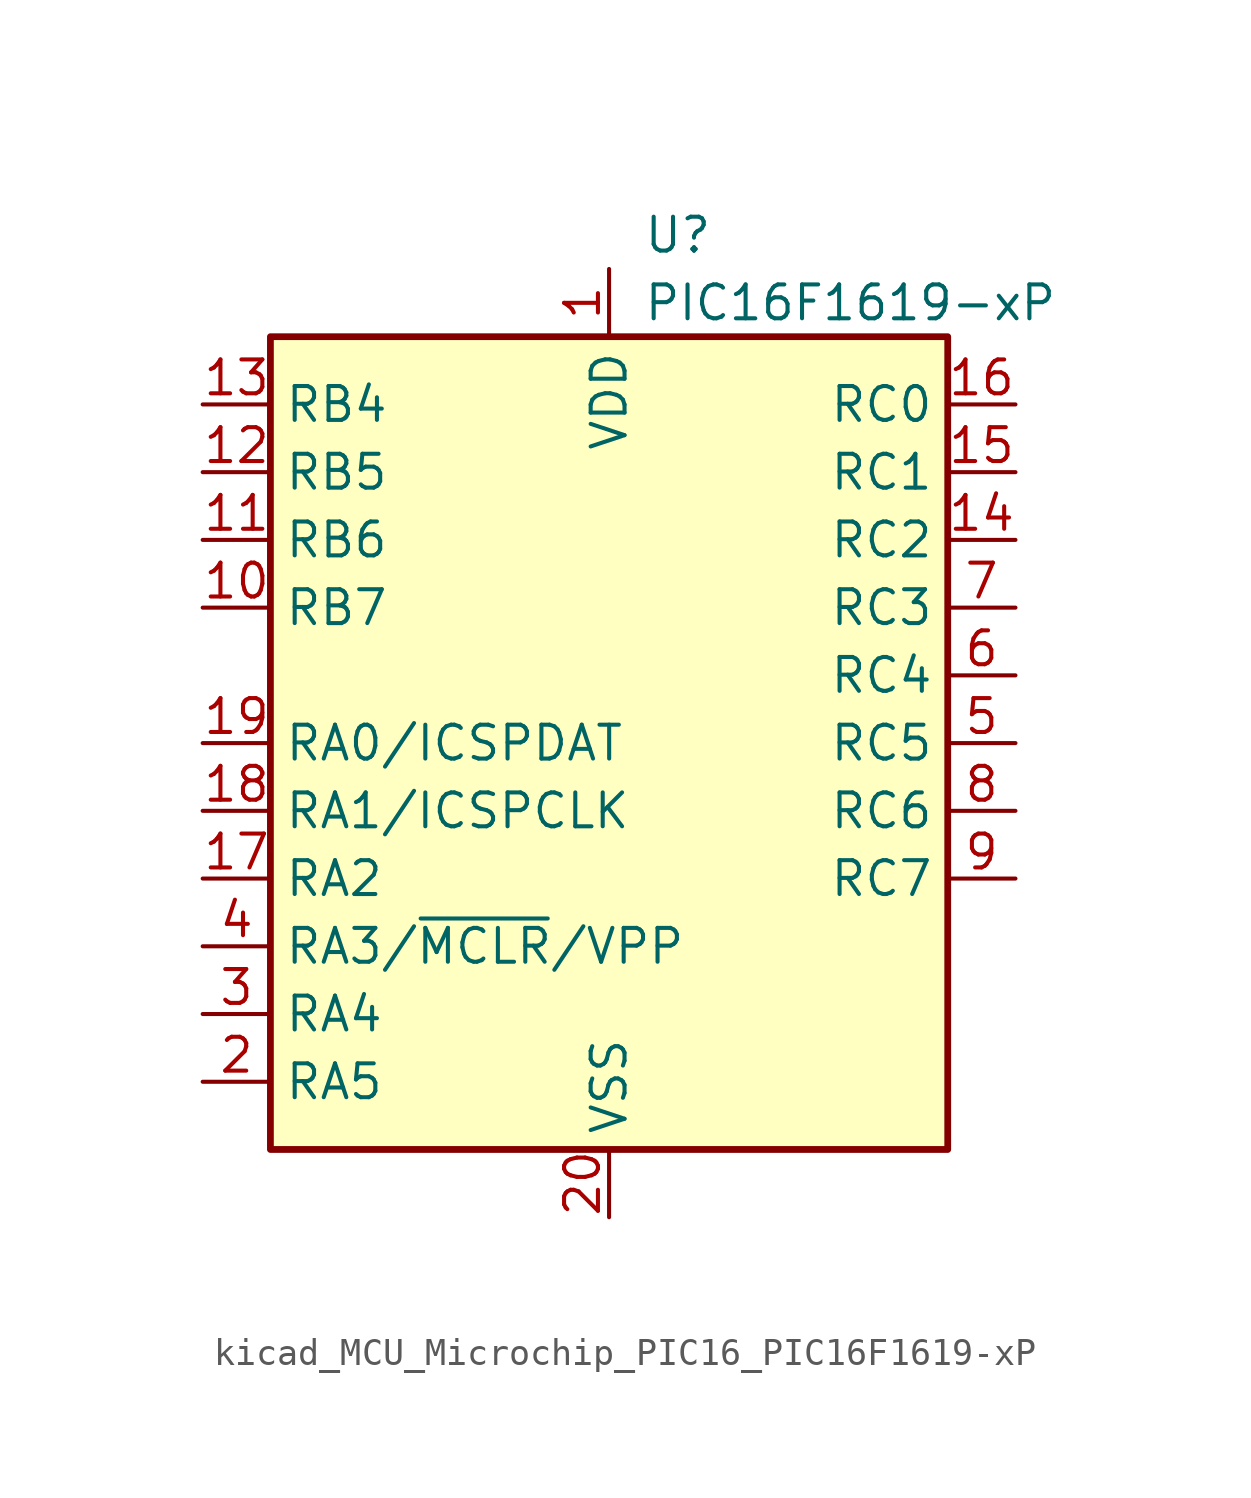
<source format=kicad_sym>
(kicad_symbol_lib
  (version 20220914)
  (generator kicad_symbol_editor)
  (symbol "kicad_MCU_Microchip_PIC16_PIC16F1619-xP"
    (property "Reference" "U"
      (at 1.27 19.05 0)
      (effects (font (size 1.27 1.27)) (justify left)))
    (property "Value" "PIC16F1619-xP"
      (at 1.27 16.51 0)
      (effects (font (size 1.27 1.27)) (justify left)))
    (symbol "kicad_MCU_Microchip_PIC16_PIC16F1619-xP_0_1"
      (rectangle (start -12.7 15.24) (end 12.7 -15.24) (stroke (width 0.254) (type default)) (fill (type background))))
    (symbol "kicad_MCU_Microchip_PIC16_PIC16F1619-xP_1_1"
      (pin power_in line (at 0 17.78 270) (length 2.54) (name "VDD" (effects (font (size 1.27 1.27)))) (number "1" (effects (font (size 1.27 1.27)))))
      (pin bidirectional line (at -15.24 5.08 0) (length 2.54) (name "RB7" (effects (font (size 1.27 1.27)))) (number "10" (effects (font (size 1.27 1.27)))))
      (pin bidirectional line (at -15.24 7.62 0) (length 2.54) (name "RB6" (effects (font (size 1.27 1.27)))) (number "11" (effects (font (size 1.27 1.27)))))
      (pin bidirectional line (at -15.24 10.16 0) (length 2.54) (name "RB5" (effects (font (size 1.27 1.27)))) (number "12" (effects (font (size 1.27 1.27)))))
      (pin bidirectional line (at -15.24 12.7 0) (length 2.54) (name "RB4" (effects (font (size 1.27 1.27)))) (number "13" (effects (font (size 1.27 1.27)))))
      (pin bidirectional line (at 15.24 7.62 180) (length 2.54) (name "RC2" (effects (font (size 1.27 1.27)))) (number "14" (effects (font (size 1.27 1.27)))))
      (pin bidirectional line (at 15.24 10.16 180) (length 2.54) (name "RC1" (effects (font (size 1.27 1.27)))) (number "15" (effects (font (size 1.27 1.27)))))
      (pin bidirectional line (at 15.24 12.7 180) (length 2.54) (name "RC0" (effects (font (size 1.27 1.27)))) (number "16" (effects (font (size 1.27 1.27)))))
      (pin bidirectional line (at -15.24 -5.08 0) (length 2.54) (name "RA2" (effects (font (size 1.27 1.27)))) (number "17" (effects (font (size 1.27 1.27)))))
      (pin bidirectional line (at -15.24 -2.54 0) (length 2.54) (name "RA1/ICSPCLK" (effects (font (size 1.27 1.27)))) (number "18" (effects (font (size 1.27 1.27)))))
      (pin bidirectional line (at -15.24 0 0) (length 2.54) (name "RA0/ICSPDAT" (effects (font (size 1.27 1.27)))) (number "19" (effects (font (size 1.27 1.27)))))
      (pin bidirectional line (at -15.24 -12.7 0) (length 2.54) (name "RA5" (effects (font (size 1.27 1.27)))) (number "2" (effects (font (size 1.27 1.27)))))
      (pin power_in line (at 0 -17.78 90) (length 2.54) (name "VSS" (effects (font (size 1.27 1.27)))) (number "20" (effects (font (size 1.27 1.27)))))
      (pin bidirectional line (at -15.24 -10.16 0) (length 2.54) (name "RA4" (effects (font (size 1.27 1.27)))) (number "3" (effects (font (size 1.27 1.27)))))
      (pin bidirectional line (at -15.24 -7.62 0) (length 2.54) (name "RA3/~{MCLR}/VPP" (effects (font (size 1.27 1.27)))) (number "4" (effects (font (size 1.27 1.27)))))
      (pin bidirectional line (at 15.24 0 180) (length 2.54) (name "RC5" (effects (font (size 1.27 1.27)))) (number "5" (effects (font (size 1.27 1.27)))))
      (pin bidirectional line (at 15.24 2.54 180) (length 2.54) (name "RC4" (effects (font (size 1.27 1.27)))) (number "6" (effects (font (size 1.27 1.27)))))
      (pin bidirectional line (at 15.24 5.08 180) (length 2.54) (name "RC3" (effects (font (size 1.27 1.27)))) (number "7" (effects (font (size 1.27 1.27)))))
      (pin bidirectional line (at 15.24 -2.54 180) (length 2.54) (name "RC6" (effects (font (size 1.27 1.27)))) (number "8" (effects (font (size 1.27 1.27)))))
      (pin bidirectional line (at 15.24 -5.08 180) (length 2.54) (name "RC7" (effects (font (size 1.27 1.27)))) (number "9" (effects (font (size 1.27 1.27))))))))
</source>
